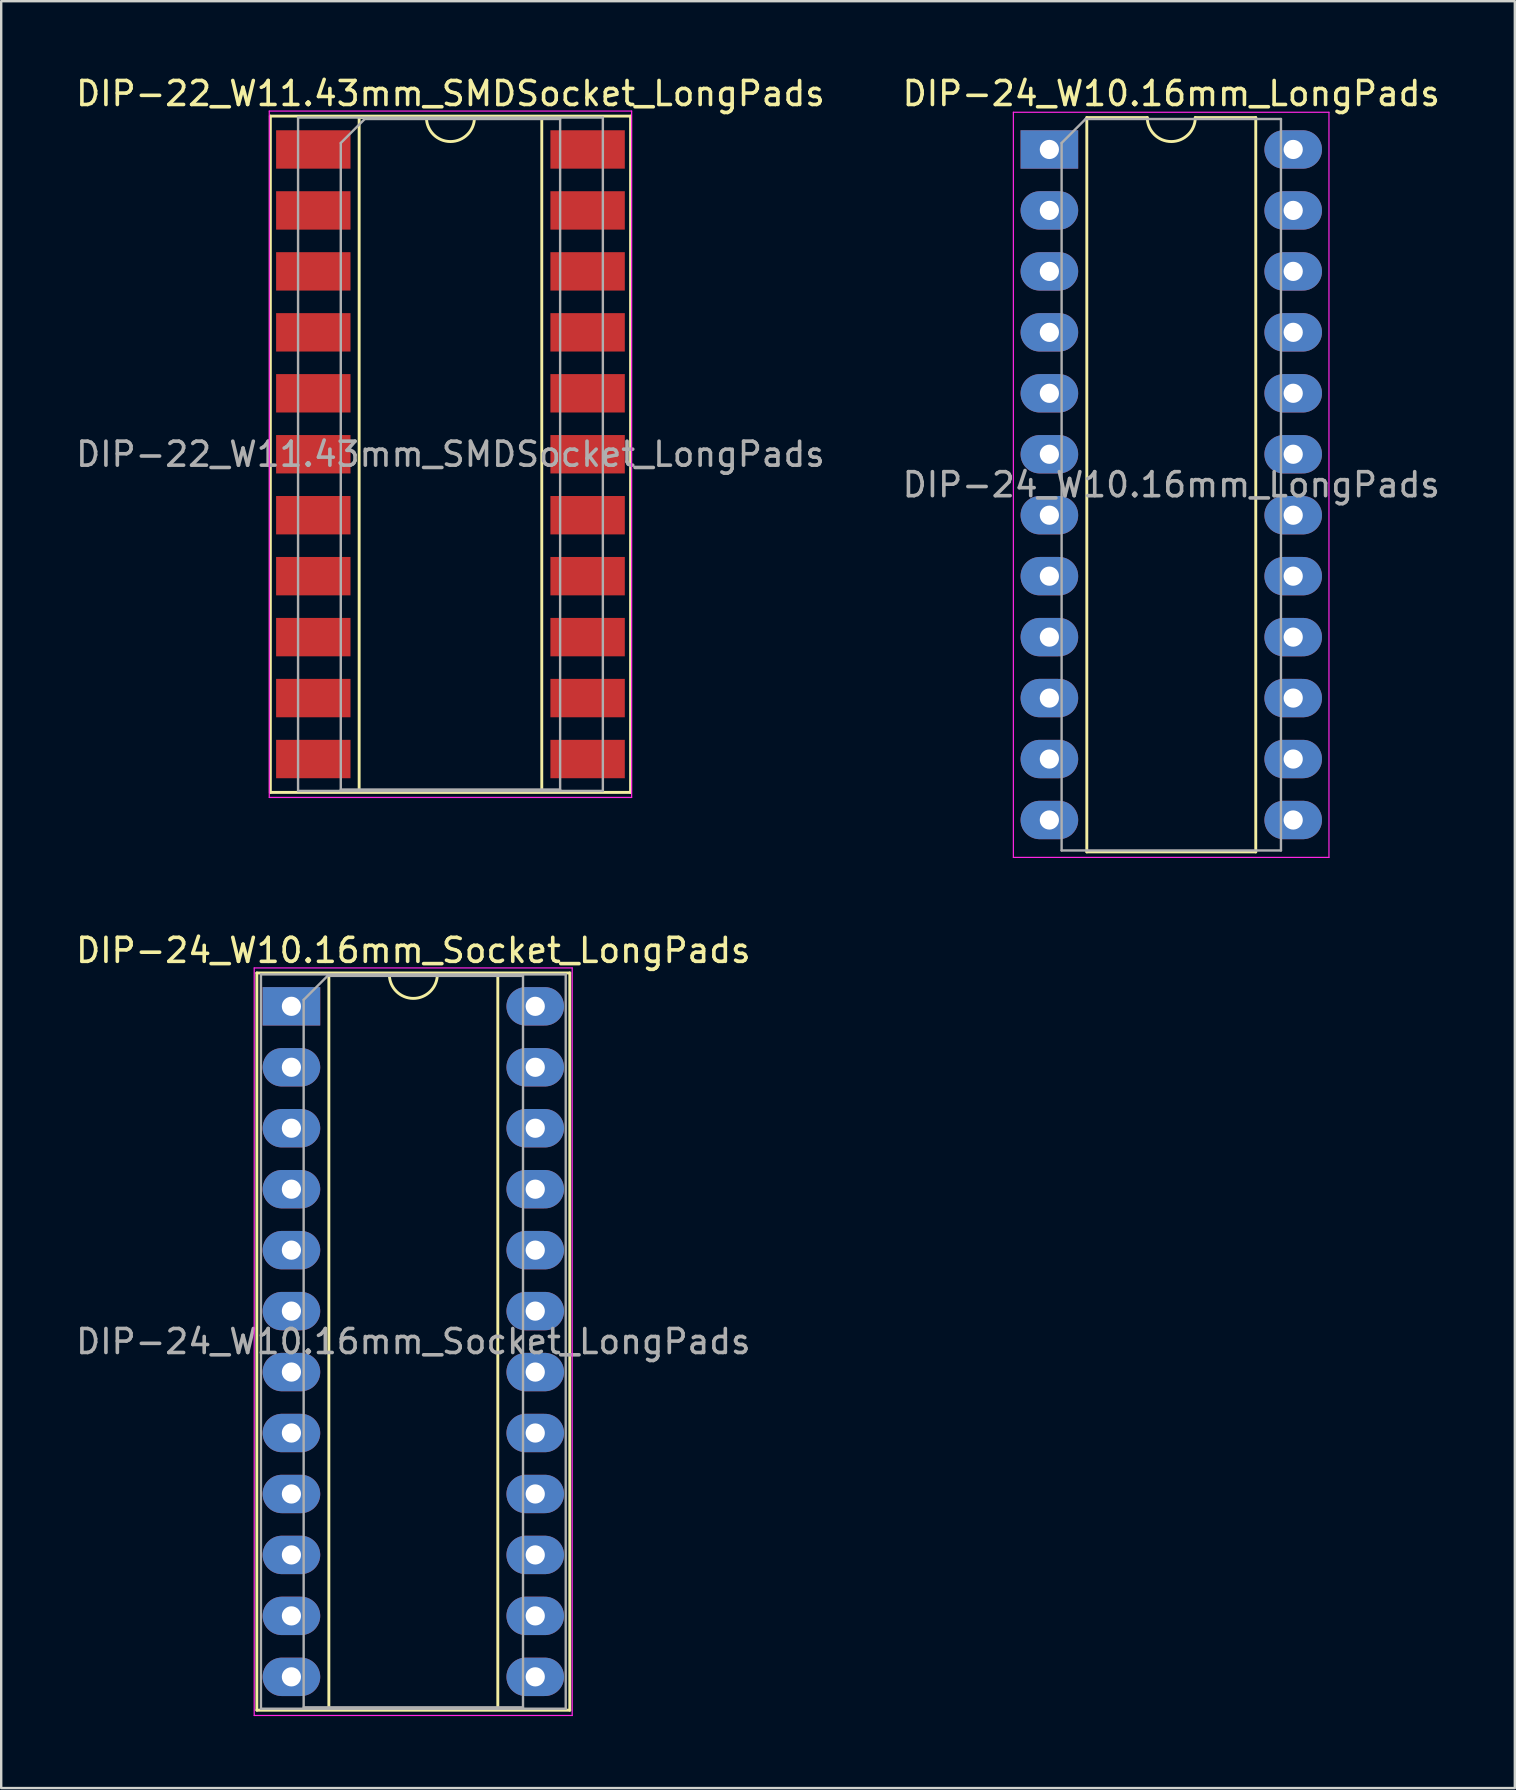
<source format=kicad_pcb>
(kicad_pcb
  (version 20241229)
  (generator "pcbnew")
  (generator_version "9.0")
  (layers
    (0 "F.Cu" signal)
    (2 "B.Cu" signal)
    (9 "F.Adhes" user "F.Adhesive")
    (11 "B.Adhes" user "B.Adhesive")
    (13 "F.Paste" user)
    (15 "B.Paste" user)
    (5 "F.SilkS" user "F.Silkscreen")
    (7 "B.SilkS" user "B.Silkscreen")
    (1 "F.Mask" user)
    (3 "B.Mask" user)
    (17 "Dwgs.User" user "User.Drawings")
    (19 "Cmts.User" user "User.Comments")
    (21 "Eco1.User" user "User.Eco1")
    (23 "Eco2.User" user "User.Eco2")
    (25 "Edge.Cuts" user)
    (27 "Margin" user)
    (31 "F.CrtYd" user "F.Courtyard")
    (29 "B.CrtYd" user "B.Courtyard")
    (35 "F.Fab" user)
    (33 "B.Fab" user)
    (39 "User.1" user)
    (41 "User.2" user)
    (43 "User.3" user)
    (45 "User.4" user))
  (footprint "DIP-24_W10.16mm_Socket_LongPads"
    (layer "F.Cu")
    (at 9.093 38.882)
    (property "Reference" "DIP-24_W10.16mm_Socket_LongPads" (at 5.08 -2.33 0) (layer "F.SilkS") (effects (font (size 1 1) (thickness 0.15))))
    (attr through_hole)
    (fp_line (start -1.44 -1.39) (end -1.44 29.33) (stroke (width 0.12) (type solid)) (layer "F.SilkS"))
    (fp_line (start -1.44 29.33) (end 11.6 29.33) (stroke (width 0.12) (type solid)) (layer "F.SilkS"))
    (fp_line (start 1.56 -1.33) (end 1.56 29.27) (stroke (width 0.12) (type solid)) (layer "F.SilkS"))
    (fp_line (start 1.56 29.27) (end 8.6 29.27) (stroke (width 0.12) (type solid)) (layer "F.SilkS"))
    (fp_line (start 4.08 -1.33) (end 1.56 -1.33) (stroke (width 0.12) (type solid)) (layer "F.SilkS"))
    (fp_line (start 8.6 -1.33) (end 6.08 -1.33) (stroke (width 0.12) (type solid)) (layer "F.SilkS"))
    (fp_line (start 8.6 29.27) (end 8.6 -1.33) (stroke (width 0.12) (type solid)) (layer "F.SilkS"))
    (fp_line (start 11.6 -1.39) (end -1.44 -1.39) (stroke (width 0.12) (type solid)) (layer "F.SilkS"))
    (fp_line (start 11.6 29.33) (end 11.6 -1.39) (stroke (width 0.12) (type solid)) (layer "F.SilkS"))
    (fp_arc (start 6.08 -1.33) (mid 5.08 -0.33) (end 4.08 -1.33) (stroke (width 0.12) (type solid)) (layer "F.SilkS"))
    (fp_line (start -1.55 -1.6) (end -1.55 29.55) (stroke (width 0.05) (type solid)) (layer "F.CrtYd"))
    (fp_line (start -1.55 29.55) (end 11.7 29.55) (stroke (width 0.05) (type solid)) (layer "F.CrtYd"))
    (fp_line (start 11.7 -1.6) (end -1.55 -1.6) (stroke (width 0.05) (type solid)) (layer "F.CrtYd"))
    (fp_line (start 11.7 29.55) (end 11.7 -1.6) (stroke (width 0.05) (type solid)) (layer "F.CrtYd"))
    (fp_line (start -1.27 -1.33) (end -1.27 29.27) (stroke (width 0.1) (type solid)) (layer "F.Fab"))
    (fp_line (start -1.27 29.27) (end 11.43 29.27) (stroke (width 0.1) (type solid)) (layer "F.Fab"))
    (fp_line (start 0.51 -0.27) (end 1.51 -1.27) (stroke (width 0.1) (type solid)) (layer "F.Fab"))
    (fp_line (start 0.51 29.21) (end 0.51 -0.27) (stroke (width 0.1) (type solid)) (layer "F.Fab"))
    (fp_line (start 1.51 -1.27) (end 9.65 -1.27) (stroke (width 0.1) (type solid)) (layer "F.Fab"))
    (fp_line (start 9.65 -1.27) (end 9.65 29.21) (stroke (width 0.1) (type solid)) (layer "F.Fab"))
    (fp_line (start 9.65 29.21) (end 0.51 29.21) (stroke (width 0.1) (type solid)) (layer "F.Fab"))
    (fp_line (start 11.43 -1.33) (end -1.27 -1.33) (stroke (width 0.1) (type solid)) (layer "F.Fab"))
    (fp_line (start 11.43 29.27) (end 11.43 -1.33) (stroke (width 0.1) (type solid)) (layer "F.Fab"))
    (fp_text user "${REFERENCE}" (at 5.08 13.97 0) (layer "F.Fab") (effects (font (size 1 1) (thickness 0.15))))
    (pad "1" thru_hole rect (at 0 0) (size 2.4 1.6) (drill 0.8) (layers "*.Cu" "*.Mask"))
    (pad "2" thru_hole oval (at 0 2.54) (size 2.4 1.6) (drill 0.8) (layers "*.Cu" "*.Mask"))
    (pad "3" thru_hole oval (at 0 5.08) (size 2.4 1.6) (drill 0.8) (layers "*.Cu" "*.Mask"))
    (pad "4" thru_hole oval (at 0 7.62) (size 2.4 1.6) (drill 0.8) (layers "*.Cu" "*.Mask"))
    (pad "5" thru_hole oval (at 0 10.16) (size 2.4 1.6) (drill 0.8) (layers "*.Cu" "*.Mask"))
    (pad "6" thru_hole oval (at 0 12.7) (size 2.4 1.6) (drill 0.8) (layers "*.Cu" "*.Mask"))
    (pad "7" thru_hole oval (at 0 15.24) (size 2.4 1.6) (drill 0.8) (layers "*.Cu" "*.Mask"))
    (pad "8" thru_hole oval (at 0 17.78) (size 2.4 1.6) (drill 0.8) (layers "*.Cu" "*.Mask"))
    (pad "9" thru_hole oval (at 0 20.32) (size 2.4 1.6) (drill 0.8) (layers "*.Cu" "*.Mask"))
    (pad "10" thru_hole oval (at 0 22.86) (size 2.4 1.6) (drill 0.8) (layers "*.Cu" "*.Mask"))
    (pad "11" thru_hole oval (at 0 25.4) (size 2.4 1.6) (drill 0.8) (layers "*.Cu" "*.Mask"))
    (pad "12" thru_hole oval (at 0 27.94) (size 2.4 1.6) (drill 0.8) (layers "*.Cu" "*.Mask"))
    (pad "13" thru_hole oval (at 10.16 27.94) (size 2.4 1.6) (drill 0.8) (layers "*.Cu" "*.Mask"))
    (pad "14" thru_hole oval (at 10.16 25.4) (size 2.4 1.6) (drill 0.8) (layers "*.Cu" "*.Mask"))
    (pad "15" thru_hole oval (at 10.16 22.86) (size 2.4 1.6) (drill 0.8) (layers "*.Cu" "*.Mask"))
    (pad "16" thru_hole oval (at 10.16 20.32) (size 2.4 1.6) (drill 0.8) (layers "*.Cu" "*.Mask"))
    (pad "17" thru_hole oval (at 10.16 17.78) (size 2.4 1.6) (drill 0.8) (layers "*.Cu" "*.Mask"))
    (pad "18" thru_hole oval (at 10.16 15.24) (size 2.4 1.6) (drill 0.8) (layers "*.Cu" "*.Mask"))
    (pad "19" thru_hole oval (at 10.16 12.7) (size 2.4 1.6) (drill 0.8) (layers "*.Cu" "*.Mask"))
    (pad "20" thru_hole oval (at 10.16 10.16) (size 2.4 1.6) (drill 0.8) (layers "*.Cu" "*.Mask"))
    (pad "21" thru_hole oval (at 10.16 7.62) (size 2.4 1.6) (drill 0.8) (layers "*.Cu" "*.Mask"))
    (pad "22" thru_hole oval (at 10.16 5.08) (size 2.4 1.6) (drill 0.8) (layers "*.Cu" "*.Mask"))
    (pad "23" thru_hole oval (at 10.16 2.54) (size 2.4 1.6) (drill 0.8) (layers "*.Cu" "*.Mask"))
    (pad "24" thru_hole oval (at 10.16 0) (size 2.4 1.6) (drill 0.8) (layers "*.Cu" "*.Mask")))
  (footprint "DIP-22_W11.43mm_SMDSocket_LongPads"
    (layer "F.Cu")
    (at 15.72 15.878)
    (property "Reference" "DIP-22_W11.43mm_SMDSocket_LongPads" (at 0 -15.03 0) (layer "F.SilkS") (effects (font (size 1 1) (thickness 0.15))))
    (attr smd)
    (fp_line (start -7.505 -14.09) (end -7.505 14.09) (stroke (width 0.12) (type solid)) (layer "F.SilkS"))
    (fp_line (start -7.505 14.09) (end 7.505 14.09) (stroke (width 0.12) (type solid)) (layer "F.SilkS"))
    (fp_line (start -3.805 -14.03) (end -3.805 14.03) (stroke (width 0.12) (type solid)) (layer "F.SilkS"))
    (fp_line (start -3.805 14.03) (end 3.805 14.03) (stroke (width 0.12) (type solid)) (layer "F.SilkS"))
    (fp_line (start -1 -14.03) (end -3.805 -14.03) (stroke (width 0.12) (type solid)) (layer "F.SilkS"))
    (fp_line (start 3.805 -14.03) (end 1 -14.03) (stroke (width 0.12) (type solid)) (layer "F.SilkS"))
    (fp_line (start 3.805 14.03) (end 3.805 -14.03) (stroke (width 0.12) (type solid)) (layer "F.SilkS"))
    (fp_line (start 7.505 -14.09) (end -7.505 -14.09) (stroke (width 0.12) (type solid)) (layer "F.SilkS"))
    (fp_line (start 7.505 14.09) (end 7.505 -14.09) (stroke (width 0.12) (type solid)) (layer "F.SilkS"))
    (fp_arc (start 1 -14.03) (mid 0 -13.03) (end -1 -14.03) (stroke (width 0.12) (type solid)) (layer "F.SilkS"))
    (fp_line (start -7.55 -14.3) (end -7.55 14.3) (stroke (width 0.05) (type solid)) (layer "F.CrtYd"))
    (fp_line (start -7.55 14.3) (end 7.55 14.3) (stroke (width 0.05) (type solid)) (layer "F.CrtYd"))
    (fp_line (start 7.55 -14.3) (end -7.55 -14.3) (stroke (width 0.05) (type solid)) (layer "F.CrtYd"))
    (fp_line (start 7.55 14.3) (end 7.55 -14.3) (stroke (width 0.05) (type solid)) (layer "F.CrtYd"))
    (fp_line (start -6.35 -14.03) (end -6.35 14.03) (stroke (width 0.1) (type solid)) (layer "F.Fab"))
    (fp_line (start -6.35 14.03) (end 6.35 14.03) (stroke (width 0.1) (type solid)) (layer "F.Fab"))
    (fp_line (start -4.57 -12.97) (end -3.57 -13.97) (stroke (width 0.1) (type solid)) (layer "F.Fab"))
    (fp_line (start -4.57 13.97) (end -4.57 -12.97) (stroke (width 0.1) (type solid)) (layer "F.Fab"))
    (fp_line (start -3.57 -13.97) (end 4.57 -13.97) (stroke (width 0.1) (type solid)) (layer "F.Fab"))
    (fp_line (start 4.57 -13.97) (end 4.57 13.97) (stroke (width 0.1) (type solid)) (layer "F.Fab"))
    (fp_line (start 4.57 13.97) (end -4.57 13.97) (stroke (width 0.1) (type solid)) (layer "F.Fab"))
    (fp_line (start 6.35 -14.03) (end -6.35 -14.03) (stroke (width 0.1) (type solid)) (layer "F.Fab"))
    (fp_line (start 6.35 14.03) (end 6.35 -14.03) (stroke (width 0.1) (type solid)) (layer "F.Fab"))
    (fp_text user "${REFERENCE}" (at 0 0 0) (layer "F.Fab") (effects (font (size 1 1) (thickness 0.15))))
    (pad "1" smd rect (at -5.715 -12.7) (size 3.1 1.6) (layers "F.Cu" "F.Mask" "F.Paste"))
    (pad "2" smd rect (at -5.715 -10.16) (size 3.1 1.6) (layers "F.Cu" "F.Mask" "F.Paste"))
    (pad "3" smd rect (at -5.715 -7.62) (size 3.1 1.6) (layers "F.Cu" "F.Mask" "F.Paste"))
    (pad "4" smd rect (at -5.715 -5.08) (size 3.1 1.6) (layers "F.Cu" "F.Mask" "F.Paste"))
    (pad "5" smd rect (at -5.715 -2.54) (size 3.1 1.6) (layers "F.Cu" "F.Mask" "F.Paste"))
    (pad "6" smd rect (at -5.715 0) (size 3.1 1.6) (layers "F.Cu" "F.Mask" "F.Paste"))
    (pad "7" smd rect (at -5.715 2.54) (size 3.1 1.6) (layers "F.Cu" "F.Mask" "F.Paste"))
    (pad "8" smd rect (at -5.715 5.08) (size 3.1 1.6) (layers "F.Cu" "F.Mask" "F.Paste"))
    (pad "9" smd rect (at -5.715 7.62) (size 3.1 1.6) (layers "F.Cu" "F.Mask" "F.Paste"))
    (pad "10" smd rect (at -5.715 10.16) (size 3.1 1.6) (layers "F.Cu" "F.Mask" "F.Paste"))
    (pad "11" smd rect (at -5.715 12.7) (size 3.1 1.6) (layers "F.Cu" "F.Mask" "F.Paste"))
    (pad "12" smd rect (at 5.715 12.7) (size 3.1 1.6) (layers "F.Cu" "F.Mask" "F.Paste"))
    (pad "13" smd rect (at 5.715 10.16) (size 3.1 1.6) (layers "F.Cu" "F.Mask" "F.Paste"))
    (pad "14" smd rect (at 5.715 7.62) (size 3.1 1.6) (layers "F.Cu" "F.Mask" "F.Paste"))
    (pad "15" smd rect (at 5.715 5.08) (size 3.1 1.6) (layers "F.Cu" "F.Mask" "F.Paste"))
    (pad "16" smd rect (at 5.715 2.54) (size 3.1 1.6) (layers "F.Cu" "F.Mask" "F.Paste"))
    (pad "17" smd rect (at 5.715 0) (size 3.1 1.6) (layers "F.Cu" "F.Mask" "F.Paste"))
    (pad "18" smd rect (at 5.715 -2.54) (size 3.1 1.6) (layers "F.Cu" "F.Mask" "F.Paste"))
    (pad "19" smd rect (at 5.715 -5.08) (size 3.1 1.6) (layers "F.Cu" "F.Mask" "F.Paste"))
    (pad "20" smd rect (at 5.715 -7.62) (size 3.1 1.6) (layers "F.Cu" "F.Mask" "F.Paste"))
    (pad "21" smd rect (at 5.715 -10.16) (size 3.1 1.6) (layers "F.Cu" "F.Mask" "F.Paste"))
    (pad "22" smd rect (at 5.715 -12.7) (size 3.1 1.6) (layers "F.Cu" "F.Mask" "F.Paste")))
  (footprint "DIP-24_W10.16mm_LongPads"
    (layer "F.Cu")
    (at 40.676 3.178)
    (property "Reference" "DIP-24_W10.16mm_LongPads" (at 5.08 -2.33 0) (layer "F.SilkS") (effects (font (size 1 1) (thickness 0.15))))
    (attr through_hole)
    (fp_line (start 1.56 -1.33) (end 1.56 29.27) (stroke (width 0.12) (type solid)) (layer "F.SilkS"))
    (fp_line (start 1.56 29.27) (end 8.6 29.27) (stroke (width 0.12) (type solid)) (layer "F.SilkS"))
    (fp_line (start 4.08 -1.33) (end 1.56 -1.33) (stroke (width 0.12) (type solid)) (layer "F.SilkS"))
    (fp_line (start 8.6 -1.33) (end 6.08 -1.33) (stroke (width 0.12) (type solid)) (layer "F.SilkS"))
    (fp_line (start 8.6 29.27) (end 8.6 -1.33) (stroke (width 0.12) (type solid)) (layer "F.SilkS"))
    (fp_arc (start 6.08 -1.33) (mid 5.08 -0.33) (end 4.08 -1.33) (stroke (width 0.12) (type solid)) (layer "F.SilkS"))
    (fp_line (start -1.5 -1.55) (end -1.5 29.5) (stroke (width 0.05) (type solid)) (layer "F.CrtYd"))
    (fp_line (start -1.5 29.5) (end 11.65 29.5) (stroke (width 0.05) (type solid)) (layer "F.CrtYd"))
    (fp_line (start 11.65 -1.55) (end -1.5 -1.55) (stroke (width 0.05) (type solid)) (layer "F.CrtYd"))
    (fp_line (start 11.65 29.5) (end 11.65 -1.55) (stroke (width 0.05) (type solid)) (layer "F.CrtYd"))
    (fp_line (start 0.51 -0.27) (end 1.51 -1.27) (stroke (width 0.1) (type solid)) (layer "F.Fab"))
    (fp_line (start 0.51 29.21) (end 0.51 -0.27) (stroke (width 0.1) (type solid)) (layer "F.Fab"))
    (fp_line (start 1.51 -1.27) (end 9.65 -1.27) (stroke (width 0.1) (type solid)) (layer "F.Fab"))
    (fp_line (start 9.65 -1.27) (end 9.65 29.21) (stroke (width 0.1) (type solid)) (layer "F.Fab"))
    (fp_line (start 9.65 29.21) (end 0.51 29.21) (stroke (width 0.1) (type solid)) (layer "F.Fab"))
    (fp_text user "${REFERENCE}" (at 5.08 13.97 0) (layer "F.Fab") (effects (font (size 1 1) (thickness 0.15))))
    (pad "1" thru_hole rect (at 0 0) (size 2.4 1.6) (drill 0.8) (layers "*.Cu" "*.Mask"))
    (pad "2" thru_hole oval (at 0 2.54) (size 2.4 1.6) (drill 0.8) (layers "*.Cu" "*.Mask"))
    (pad "3" thru_hole oval (at 0 5.08) (size 2.4 1.6) (drill 0.8) (layers "*.Cu" "*.Mask"))
    (pad "4" thru_hole oval (at 0 7.62) (size 2.4 1.6) (drill 0.8) (layers "*.Cu" "*.Mask"))
    (pad "5" thru_hole oval (at 0 10.16) (size 2.4 1.6) (drill 0.8) (layers "*.Cu" "*.Mask"))
    (pad "6" thru_hole oval (at 0 12.7) (size 2.4 1.6) (drill 0.8) (layers "*.Cu" "*.Mask"))
    (pad "7" thru_hole oval (at 0 15.24) (size 2.4 1.6) (drill 0.8) (layers "*.Cu" "*.Mask"))
    (pad "8" thru_hole oval (at 0 17.78) (size 2.4 1.6) (drill 0.8) (layers "*.Cu" "*.Mask"))
    (pad "9" thru_hole oval (at 0 20.32) (size 2.4 1.6) (drill 0.8) (layers "*.Cu" "*.Mask"))
    (pad "10" thru_hole oval (at 0 22.86) (size 2.4 1.6) (drill 0.8) (layers "*.Cu" "*.Mask"))
    (pad "11" thru_hole oval (at 0 25.4) (size 2.4 1.6) (drill 0.8) (layers "*.Cu" "*.Mask"))
    (pad "12" thru_hole oval (at 0 27.94) (size 2.4 1.6) (drill 0.8) (layers "*.Cu" "*.Mask"))
    (pad "13" thru_hole oval (at 10.16 27.94) (size 2.4 1.6) (drill 0.8) (layers "*.Cu" "*.Mask"))
    (pad "14" thru_hole oval (at 10.16 25.4) (size 2.4 1.6) (drill 0.8) (layers "*.Cu" "*.Mask"))
    (pad "15" thru_hole oval (at 10.16 22.86) (size 2.4 1.6) (drill 0.8) (layers "*.Cu" "*.Mask"))
    (pad "16" thru_hole oval (at 10.16 20.32) (size 2.4 1.6) (drill 0.8) (layers "*.Cu" "*.Mask"))
    (pad "17" thru_hole oval (at 10.16 17.78) (size 2.4 1.6) (drill 0.8) (layers "*.Cu" "*.Mask"))
    (pad "18" thru_hole oval (at 10.16 15.24) (size 2.4 1.6) (drill 0.8) (layers "*.Cu" "*.Mask"))
    (pad "19" thru_hole oval (at 10.16 12.7) (size 2.4 1.6) (drill 0.8) (layers "*.Cu" "*.Mask"))
    (pad "20" thru_hole oval (at 10.16 10.16) (size 2.4 1.6) (drill 0.8) (layers "*.Cu" "*.Mask"))
    (pad "21" thru_hole oval (at 10.16 7.62) (size 2.4 1.6) (drill 0.8) (layers "*.Cu" "*.Mask"))
    (pad "22" thru_hole oval (at 10.16 5.08) (size 2.4 1.6) (drill 0.8) (layers "*.Cu" "*.Mask"))
    (pad "23" thru_hole oval (at 10.16 2.54) (size 2.4 1.6) (drill 0.8) (layers "*.Cu" "*.Mask"))
    (pad "24" thru_hole oval (at 10.16 0) (size 2.4 1.6) (drill 0.8) (layers "*.Cu" "*.Mask")))
  (gr_rect
    (start -3 -3)
    (end 60.071 71.457)
    (stroke (width 0.1) (type default))
    (fill no)
    (layer "Edge.Cuts")))
</source>
